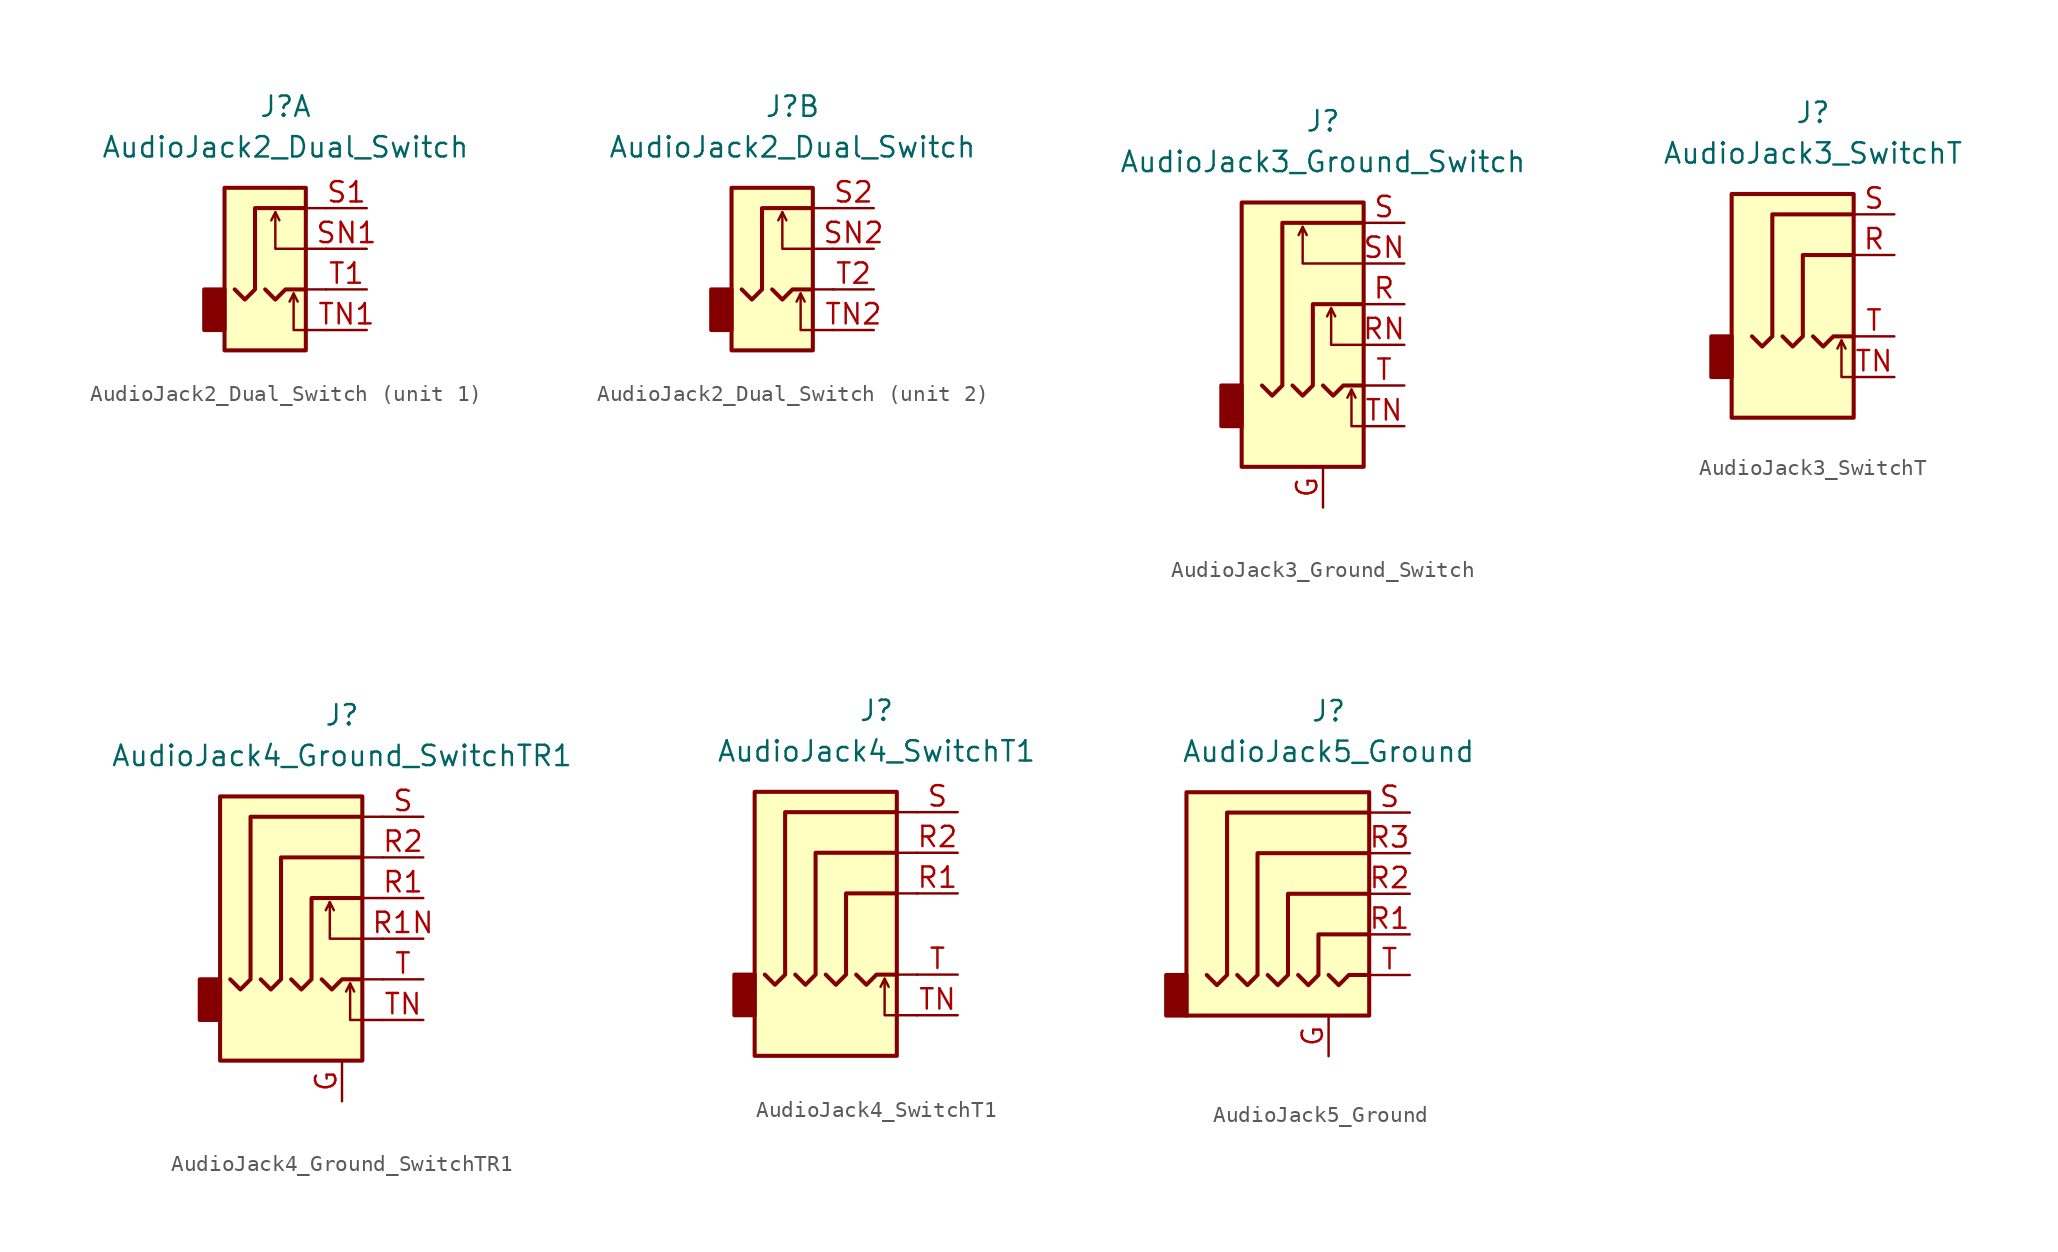
<source format=kicad_sym>
(kicad_symbol_lib
  (version 20231120)
  (generator "kicad_symbol_editor")
  (generator_version "8.0")
  (symbol "AudioJack2_Dual_Switch"
    (property "Reference" "J"
      (at 0 11.43 0)
      (effects (font (size 1.27 1.27))))
    (property "Value" "AudioJack2_Dual_Switch"
      (at 0 8.89 0)
      (effects (font (size 1.27 1.27))))
    (symbol "AudioJack2_Dual_Switch_0_1"
      (rectangle (start -3.81 -2.54) (end -5.08 0) (stroke (width 0.254) (type default)) (fill (type outline)))
      (polyline (pts (xy -0.635 4.826) (xy -0.381 4.318)) (stroke (width 0) (type default)) (fill (type none)))
      (polyline (pts (xy 0.508 -0.254) (xy 0.762 -0.762)) (stroke (width 0) (type default)) (fill (type none)))
      (polyline (pts (xy 1.27 -2.54) (xy 2.54 -2.54)) (stroke (width 0) (type default)) (fill (type none)))
      (polyline (pts (xy 1.27 2.54) (xy 2.54 2.54)) (stroke (width 0) (type default)) (fill (type none)))
      (polyline (pts (xy 2.54 0) (xy 1.27 0)) (stroke (width 0) (type default)) (fill (type none)))
      (polyline (pts (xy 2.54 5.08) (xy 1.27 5.08)) (stroke (width 0) (type default)) (fill (type none)))
      (polyline (pts (xy -1.27 0) (xy -0.635 -0.635) (xy 0 0) (xy 1.27 0)) (stroke (width 0.254) (type default)) (fill (type none)))
      (polyline (pts (xy 1.27 -2.54) (xy 0.508 -2.54) (xy 0.508 -0.254) (xy 0.254 -0.762)) (stroke (width 0) (type default)) (fill (type none)))
      (polyline (pts (xy 1.27 2.54) (xy -0.635 2.54) (xy -0.635 4.826) (xy -0.889 4.318)) (stroke (width 0) (type default)) (fill (type none)))
      (polyline (pts (xy 1.27 5.08) (xy -1.905 5.08) (xy -1.905 0) (xy -2.54 -0.635) (xy -3.175 0)) (stroke (width 0.254) (type default)) (fill (type none)))
      (rectangle (start 1.27 6.35) (end -3.81 -3.81) (stroke (width 0.254) (type default)) (fill (type background))))
    (symbol "AudioJack2_Dual_Switch_1_1"
      (pin passive line (at 5.08 5.08 180) (length 2.54) (name "~" (effects (font (size 1.27 1.27)))) (number "S1" (effects (font (size 1.27 1.27)))))
      (pin passive line (at 5.08 2.54 180) (length 2.54) (name "~" (effects (font (size 1.27 1.27)))) (number "SN1" (effects (font (size 1.27 1.27)))))
      (pin passive line (at 5.08 0 180) (length 2.54) (name "~" (effects (font (size 1.27 1.27)))) (number "T1" (effects (font (size 1.27 1.27)))))
      (pin passive line (at 5.08 -2.54 180) (length 2.54) (name "~" (effects (font (size 1.27 1.27)))) (number "TN1" (effects (font (size 1.27 1.27))))))
    (symbol "AudioJack2_Dual_Switch_2_1"
      (pin passive line (at 5.08 5.08 180) (length 2.54) (name "~" (effects (font (size 1.27 1.27)))) (number "S2" (effects (font (size 1.27 1.27)))))
      (pin passive line (at 5.08 2.54 180) (length 2.54) (name "~" (effects (font (size 1.27 1.27)))) (number "SN2" (effects (font (size 1.27 1.27)))))
      (pin passive line (at 5.08 0 180) (length 2.54) (name "~" (effects (font (size 1.27 1.27)))) (number "T2" (effects (font (size 1.27 1.27)))))
      (pin passive line (at 5.08 -2.54 180) (length 2.54) (name "~" (effects (font (size 1.27 1.27)))) (number "TN2" (effects (font (size 1.27 1.27)))))))
  (symbol "AudioJack3_Ground_Switch"
    (property "Reference" "J"
      (at 0 11.43 0)
      (effects (font (size 1.27 1.27))))
    (property "Value" "AudioJack3_Ground_Switch"
      (at 0 8.89 0)
      (effects (font (size 1.27 1.27))))
    (symbol "AudioJack3_Ground_Switch_0_1"
      (rectangle (start -5.08 -5.08) (end -6.35 -7.62) (stroke (width 0.254) (type default)) (fill (type outline)))
      (rectangle (start 2.54 6.35) (end -5.08 -10.16) (stroke (width 0.254) (type default)) (fill (type background))))
    (symbol "AudioJack3_Ground_Switch_1_1"
      (polyline (pts (xy -1.27 4.826) (xy -1.016 4.318)) (stroke (width 0) (type default)) (fill (type none)))
      (polyline (pts (xy 0.508 -0.254) (xy 0.762 -0.762)) (stroke (width 0) (type default)) (fill (type none)))
      (polyline (pts (xy 1.778 -5.334) (xy 2.032 -5.842)) (stroke (width 0) (type default)) (fill (type none)))
      (polyline (pts (xy 0 -5.08) (xy 0.635 -5.715) (xy 1.27 -5.08) (xy 2.54 -5.08)) (stroke (width 0.254) (type default)) (fill (type none)))
      (polyline (pts (xy 2.54 -7.62) (xy 1.778 -7.62) (xy 1.778 -5.334) (xy 1.524 -5.842)) (stroke (width 0) (type default)) (fill (type none)))
      (polyline (pts (xy 2.54 -2.54) (xy 0.508 -2.54) (xy 0.508 -0.254) (xy 0.254 -0.762)) (stroke (width 0) (type default)) (fill (type none)))
      (polyline (pts (xy 2.54 2.54) (xy -1.27 2.54) (xy -1.27 4.826) (xy -1.524 4.318)) (stroke (width 0) (type default)) (fill (type none)))
      (polyline (pts (xy -1.905 -5.08) (xy -1.27 -5.715) (xy -0.635 -5.08) (xy -0.635 0) (xy 2.54 0)) (stroke (width 0.254) (type default)) (fill (type none)))
      (polyline (pts (xy 2.54 5.08) (xy -2.54 5.08) (xy -2.54 -5.08) (xy -3.175 -5.715) (xy -3.81 -5.08)) (stroke (width 0.254) (type default)) (fill (type none)))
      (pin passive line (at 0 -12.7 90) (length 2.54) (name "~" (effects (font (size 1.27 1.27)))) (number "G" (effects (font (size 1.27 1.27)))))
      (pin passive line (at 5.08 0 180) (length 2.54) (name "~" (effects (font (size 1.27 1.27)))) (number "R" (effects (font (size 1.27 1.27)))))
      (pin passive line (at 5.08 -2.54 180) (length 2.54) (name "~" (effects (font (size 1.27 1.27)))) (number "RN" (effects (font (size 1.27 1.27)))))
      (pin passive line (at 5.08 5.08 180) (length 2.54) (name "~" (effects (font (size 1.27 1.27)))) (number "S" (effects (font (size 1.27 1.27)))))
      (pin passive line (at 5.08 2.54 180) (length 2.54) (name "~" (effects (font (size 1.27 1.27)))) (number "SN" (effects (font (size 1.27 1.27)))))
      (pin passive line (at 5.08 -5.08 180) (length 2.54) (name "~" (effects (font (size 1.27 1.27)))) (number "T" (effects (font (size 1.27 1.27)))))
      (pin passive line (at 5.08 -7.62 180) (length 2.54) (name "~" (effects (font (size 1.27 1.27)))) (number "TN" (effects (font (size 1.27 1.27)))))))
  (symbol "AudioJack3_SwitchT"
    (property "Reference" "J"
      (at 0 8.89 0)
      (effects (font (size 1.27 1.27))))
    (property "Value" "AudioJack3_SwitchT"
      (at 0 6.35 0)
      (effects (font (size 1.27 1.27))))
    (symbol "AudioJack3_SwitchT_0_1"
      (rectangle (start -5.08 -5.08) (end -6.35 -7.62) (stroke (width 0.254) (type default)) (fill (type outline)))
      (polyline (pts (xy 1.778 -5.334) (xy 2.032 -5.842)) (stroke (width 0) (type default)) (fill (type none)))
      (polyline (pts (xy 0 -5.08) (xy 0.635 -5.715) (xy 1.27 -5.08) (xy 2.54 -5.08)) (stroke (width 0.254) (type default)) (fill (type none)))
      (polyline (pts (xy 2.54 -7.62) (xy 1.778 -7.62) (xy 1.778 -5.334) (xy 1.524 -5.842)) (stroke (width 0) (type default)) (fill (type none)))
      (polyline (pts (xy -1.905 -5.08) (xy -1.27 -5.715) (xy -0.635 -5.08) (xy -0.635 0) (xy 2.54 0)) (stroke (width 0.254) (type default)) (fill (type none)))
      (polyline (pts (xy 2.54 2.54) (xy -2.54 2.54) (xy -2.54 -5.08) (xy -3.175 -5.715) (xy -3.81 -5.08)) (stroke (width 0.254) (type default)) (fill (type none)))
      (rectangle (start 2.54 3.81) (end -5.08 -10.16) (stroke (width 0.254) (type default)) (fill (type background))))
    (symbol "AudioJack3_SwitchT_1_1"
      (pin passive line (at 5.08 0 180) (length 2.54) (name "~" (effects (font (size 1.27 1.27)))) (number "R" (effects (font (size 1.27 1.27)))))
      (pin passive line (at 5.08 2.54 180) (length 2.54) (name "~" (effects (font (size 1.27 1.27)))) (number "S" (effects (font (size 1.27 1.27)))))
      (pin passive line (at 5.08 -5.08 180) (length 2.54) (name "~" (effects (font (size 1.27 1.27)))) (number "T" (effects (font (size 1.27 1.27)))))
      (pin passive line (at 5.08 -7.62 180) (length 2.54) (name "~" (effects (font (size 1.27 1.27)))) (number "TN" (effects (font (size 1.27 1.27)))))))
  (symbol "AudioJack4_Ground_SwitchTR1"
    (property "Reference" "J"
      (at 0 11.43 0)
      (effects (font (size 1.27 1.27))))
    (property "Value" "AudioJack4_Ground_SwitchTR1"
      (at 0 8.89 0)
      (effects (font (size 1.27 1.27))))
    (symbol "AudioJack4_Ground_SwitchTR1_0_1"
      (rectangle (start -7.62 -5.08) (end -8.89 -7.62) (stroke (width 0.254) (type default)) (fill (type outline)))
      (polyline (pts (xy 1.27 2.54) (xy 2.54 2.54)) (stroke (width 0) (type default)) (fill (type none)))
      (polyline (pts (xy 2.54 -5.08) (xy 1.27 -5.08)) (stroke (width 0) (type default)) (fill (type none)))
      (polyline (pts (xy 2.54 0) (xy 1.27 0)) (stroke (width 0) (type default)) (fill (type none)))
      (polyline (pts (xy 2.54 5.08) (xy 1.27 5.08)) (stroke (width 0) (type default)) (fill (type none)))
      (rectangle (start 1.27 6.35) (end -7.62 -10.16) (stroke (width 0.254) (type default)) (fill (type background))))
    (symbol "AudioJack4_Ground_SwitchTR1_1_1"
      (polyline (pts (xy -0.762 -0.254) (xy -0.508 -0.762)) (stroke (width 0) (type default)) (fill (type none)))
      (polyline (pts (xy 0.508 -5.334) (xy 0.762 -5.842)) (stroke (width 0) (type default)) (fill (type none)))
      (polyline (pts (xy -1.27 -5.08) (xy -0.635 -5.715) (xy 0 -5.08) (xy 1.27 -5.08)) (stroke (width 0.254) (type default)) (fill (type none)))
      (polyline (pts (xy 2.54 -7.62) (xy 0.508 -7.62) (xy 0.508 -5.334) (xy 0.254 -5.842)) (stroke (width 0) (type default)) (fill (type none)))
      (polyline (pts (xy 2.54 -2.54) (xy -0.762 -2.54) (xy -0.762 -0.254) (xy -1.016 -0.762)) (stroke (width 0) (type default)) (fill (type none)))
      (polyline (pts (xy -3.175 -5.08) (xy -2.54 -5.715) (xy -1.905 -5.08) (xy -1.905 0) (xy 1.27 0)) (stroke (width 0.254) (type default)) (fill (type none)))
      (polyline (pts (xy 1.27 2.54) (xy -3.81 2.54) (xy -3.81 -5.08) (xy -4.445 -5.715) (xy -5.08 -5.08)) (stroke (width 0.254) (type default)) (fill (type none)))
      (polyline (pts (xy 1.27 5.08) (xy -5.715 5.08) (xy -5.715 -5.08) (xy -6.35 -5.715) (xy -6.985 -5.08)) (stroke (width 0.254) (type default)) (fill (type none)))
      (pin passive line (at 0 -12.7 90) (length 2.54) (name "~" (effects (font (size 1.27 1.27)))) (number "G" (effects (font (size 1.27 1.27)))))
      (pin passive line (at 5.08 0 180) (length 2.54) (name "~" (effects (font (size 1.27 1.27)))) (number "R1" (effects (font (size 1.27 1.27)))))
      (pin passive line (at 5.08 -2.54 180) (length 2.54) (name "~" (effects (font (size 1.27 1.27)))) (number "R1N" (effects (font (size 1.27 1.27)))))
      (pin passive line (at 5.08 2.54 180) (length 2.54) (name "~" (effects (font (size 1.27 1.27)))) (number "R2" (effects (font (size 1.27 1.27)))))
      (pin passive line (at 5.08 5.08 180) (length 2.54) (name "~" (effects (font (size 1.27 1.27)))) (number "S" (effects (font (size 1.27 1.27)))))
      (pin passive line (at 5.08 -5.08 180) (length 2.54) (name "~" (effects (font (size 1.27 1.27)))) (number "T" (effects (font (size 1.27 1.27)))))
      (pin passive line (at 5.08 -7.62 180) (length 2.54) (name "~" (effects (font (size 1.27 1.27)))) (number "TN" (effects (font (size 1.27 1.27)))))))
  (symbol "AudioJack4_SwitchT1"
    (property "Reference" "J"
      (at 0 11.43 0)
      (effects (font (size 1.27 1.27))))
    (property "Value" "AudioJack4_SwitchT1"
      (at 0 8.89 0)
      (effects (font (size 1.27 1.27))))
    (symbol "AudioJack4_SwitchT1_0_1"
      (rectangle (start -7.62 -5.08) (end -8.89 -7.62) (stroke (width 0.254) (type default)) (fill (type outline)))
      (polyline (pts (xy 1.27 -5.08) (xy 2.54 -5.08)) (stroke (width 0) (type default)) (fill (type none)))
      (polyline (pts (xy 1.27 2.54) (xy 2.54 2.54)) (stroke (width 0) (type default)) (fill (type none)))
      (polyline (pts (xy 2.54 0) (xy 1.27 0)) (stroke (width 0) (type default)) (fill (type none)))
      (polyline (pts (xy 2.54 5.08) (xy 1.27 5.08)) (stroke (width 0) (type default)) (fill (type none)))
      (rectangle (start 1.27 6.35) (end -7.62 -10.16) (stroke (width 0.254) (type default)) (fill (type background))))
    (symbol "AudioJack4_SwitchT1_1_1"
      (polyline (pts (xy 0.508 -5.334) (xy 0.762 -5.842)) (stroke (width 0) (type default)) (fill (type none)))
      (polyline (pts (xy -1.27 -5.08) (xy -0.635 -5.715) (xy 0 -5.08) (xy 1.27 -5.08)) (stroke (width 0.254) (type default)) (fill (type none)))
      (polyline (pts (xy 2.54 -7.62) (xy 0.508 -7.62) (xy 0.508 -5.334) (xy 0.254 -5.842)) (stroke (width 0) (type default)) (fill (type none)))
      (polyline (pts (xy -3.175 -5.08) (xy -2.54 -5.715) (xy -1.905 -5.08) (xy -1.905 0) (xy 1.27 0)) (stroke (width 0.254) (type default)) (fill (type none)))
      (polyline (pts (xy 1.27 2.54) (xy -3.81 2.54) (xy -3.81 -5.08) (xy -4.445 -5.715) (xy -5.08 -5.08)) (stroke (width 0.254) (type default)) (fill (type none)))
      (polyline (pts (xy 1.27 5.08) (xy -5.715 5.08) (xy -5.715 -5.08) (xy -6.35 -5.715) (xy -6.985 -5.08)) (stroke (width 0.254) (type default)) (fill (type none)))
      (pin passive line (at 5.08 0 180) (length 2.54) (name "~" (effects (font (size 1.27 1.27)))) (number "R1" (effects (font (size 1.27 1.27)))))
      (pin passive line (at 5.08 2.54 180) (length 2.54) (name "~" (effects (font (size 1.27 1.27)))) (number "R2" (effects (font (size 1.27 1.27)))))
      (pin passive line (at 5.08 5.08 180) (length 2.54) (name "~" (effects (font (size 1.27 1.27)))) (number "S" (effects (font (size 1.27 1.27)))))
      (pin passive line (at 5.08 -5.08 180) (length 2.54) (name "~" (effects (font (size 1.27 1.27)))) (number "T" (effects (font (size 1.27 1.27)))))
      (pin passive line (at 5.08 -7.62 180) (length 2.54) (name "~" (effects (font (size 1.27 1.27)))) (number "TN" (effects (font (size 1.27 1.27)))))))
  (symbol "AudioJack5_Ground"
    (property "Reference" "J"
      (at 0 11.43 0)
      (effects (font (size 1.27 1.27))))
    (property "Value" "AudioJack5_Ground"
      (at 0 8.89 0)
      (effects (font (size 1.27 1.27))))
    (symbol "AudioJack5_Ground_0_1"
      (rectangle (start -8.89 -5.08) (end -10.16 -7.62) (stroke (width 0.254) (type default)) (fill (type outline)))
      (polyline (pts (xy 0 -5.08) (xy 0.635 -5.715) (xy 1.27 -5.08) (xy 2.54 -5.08)) (stroke (width 0.254) (type default)) (fill (type none)))
      (polyline (pts (xy -5.715 -5.08) (xy -5.08 -5.715) (xy -4.445 -5.08) (xy -4.445 2.54) (xy 2.54 2.54)) (stroke (width 0.254) (type default)) (fill (type none)))
      (polyline (pts (xy -1.905 -5.08) (xy -1.27 -5.715) (xy -0.635 -5.08) (xy -0.635 -2.54) (xy 2.54 -2.54)) (stroke (width 0.254) (type default)) (fill (type none)))
      (polyline (pts (xy 2.54 0) (xy -2.54 0) (xy -2.54 -5.08) (xy -3.175 -5.715) (xy -3.81 -5.08)) (stroke (width 0.254) (type default)) (fill (type none)))
      (polyline (pts (xy 2.54 5.08) (xy -6.35 5.08) (xy -6.35 -5.08) (xy -6.985 -5.715) (xy -7.62 -5.08)) (stroke (width 0.254) (type default)) (fill (type none)))
      (rectangle (start 2.54 6.35) (end -8.89 -7.62) (stroke (width 0.254) (type default)) (fill (type background))))
    (symbol "AudioJack5_Ground_1_1"
      (pin passive line (at 0 -10.16 90) (length 2.54) (name "~" (effects (font (size 1.27 1.27)))) (number "G" (effects (font (size 1.27 1.27)))))
      (pin passive line (at 5.08 -2.54 180) (length 2.54) (name "~" (effects (font (size 1.27 1.27)))) (number "R1" (effects (font (size 1.27 1.27)))))
      (pin passive line (at 5.08 0 180) (length 2.54) (name "~" (effects (font (size 1.27 1.27)))) (number "R2" (effects (font (size 1.27 1.27)))))
      (pin passive line (at 5.08 2.54 180) (length 2.54) (name "~" (effects (font (size 1.27 1.27)))) (number "R3" (effects (font (size 1.27 1.27)))))
      (pin passive line (at 5.08 5.08 180) (length 2.54) (name "~" (effects (font (size 1.27 1.27)))) (number "S" (effects (font (size 1.27 1.27)))))
      (pin passive line (at 5.08 -5.08 180) (length 2.54) (name "~" (effects (font (size 1.27 1.27)))) (number "T" (effects (font (size 1.27 1.27))))))))
</source>
